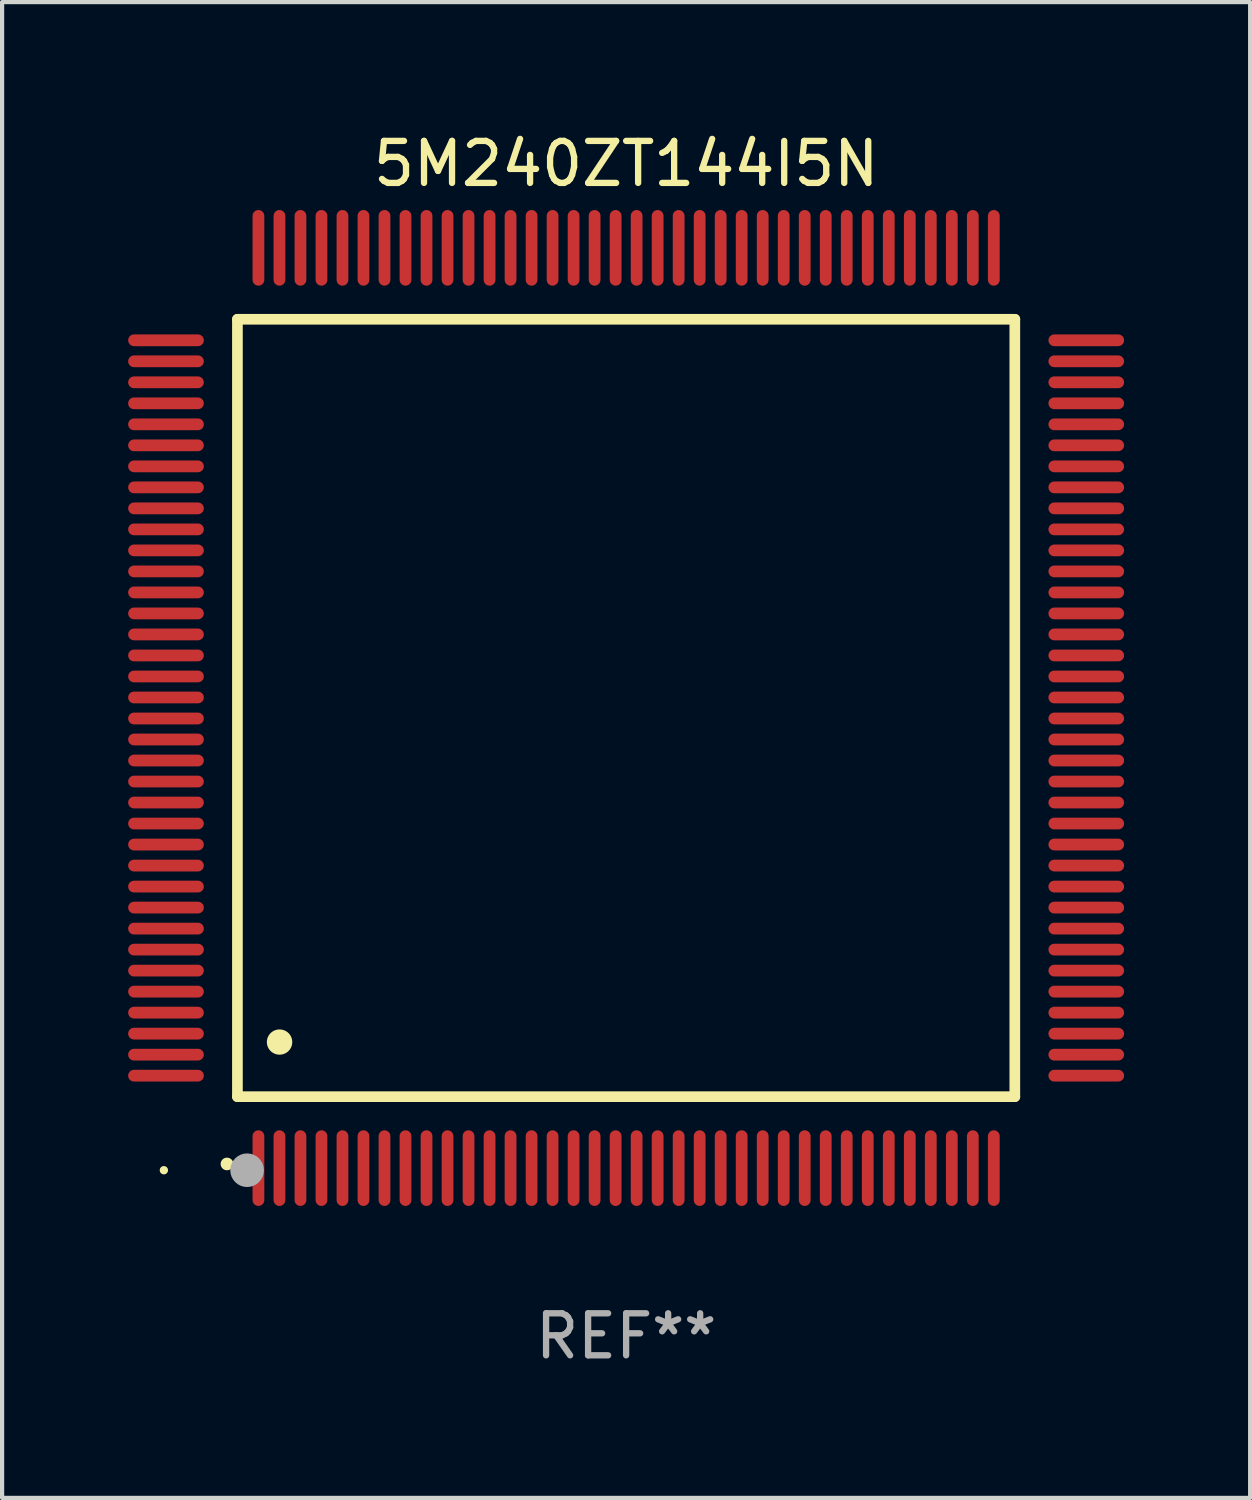
<source format=kicad_pcb>
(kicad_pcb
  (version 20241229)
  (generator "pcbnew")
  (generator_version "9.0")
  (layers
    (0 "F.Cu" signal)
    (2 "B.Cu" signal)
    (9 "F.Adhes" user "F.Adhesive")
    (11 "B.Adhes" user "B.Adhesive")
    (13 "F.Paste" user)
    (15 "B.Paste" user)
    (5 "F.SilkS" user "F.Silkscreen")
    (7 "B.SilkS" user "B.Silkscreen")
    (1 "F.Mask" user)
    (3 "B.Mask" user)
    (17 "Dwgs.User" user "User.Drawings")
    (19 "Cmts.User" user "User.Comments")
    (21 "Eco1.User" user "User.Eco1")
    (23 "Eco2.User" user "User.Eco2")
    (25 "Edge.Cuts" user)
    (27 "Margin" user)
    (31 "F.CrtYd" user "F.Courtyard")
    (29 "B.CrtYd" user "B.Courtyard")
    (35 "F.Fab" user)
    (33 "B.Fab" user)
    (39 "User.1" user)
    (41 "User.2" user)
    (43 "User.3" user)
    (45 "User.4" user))
  (footprint "5M240ZT144I5N"
    (layer "F.Cu")
    (at 11.85 13.798)
    (property "Reference" "5M240ZT144I5N" (at 0 -12.95 0) (layer "F.SilkS") (effects (font (size 1 1) (thickness 0.15))))
    (attr through_hole)
    (fp_line (start -9.25 -9.25) (end -9.25 9.25) (stroke (width 0.254) (type solid)) (layer "F.SilkS"))
    (fp_line (start -9.25 9.25) (end 9.25 9.25) (stroke (width 0.254) (type solid)) (layer "F.SilkS"))
    (fp_line (start 9.25 -9.25) (end -9.25 -9.25) (stroke (width 0.254) (type solid)) (layer "F.SilkS"))
    (fp_line (start 9.25 9.25) (end 9.25 -9.25) (stroke (width 0.254) (type solid)) (layer "F.SilkS"))
    (fp_arc (start -9.499619 10.850902) (mid -9.498349 10.850897) (end -9.497079 10.850902) (stroke (width 0.3) (type solid)) (layer "F.SilkS"))
    (fp_arc (start -8.249936 7.950216) (mid -8.247396 7.950205) (end -8.244856 7.950216) (stroke (width 0.6) (type solid)) (layer "F.SilkS"))
    (fp_circle (center -11 11) (end -10.95 11) (stroke (width 0.1) (type solid)) (fill no) (layer "F.SilkS"))
    (fp_circle (center -9.02 11) (end -8.82 11) (stroke (width 0.4) (type solid)) (fill no) (layer "F.Fab"))
    (fp_text user "REF**" (at 0 14.95 0) (layer "F.Fab") (effects (font (size 1 1) (thickness 0.15))))
    (pad "1" smd oval (at -8.75 10.95) (size 0.28 1.8) (layers "F.Cu" "F.Mask" "F.Paste"))
    (pad "2" smd oval (at -8.25 10.95) (size 0.28 1.8) (layers "F.Cu" "F.Mask" "F.Paste"))
    (pad "3" smd oval (at -7.75 10.95) (size 0.28 1.8) (layers "F.Cu" "F.Mask" "F.Paste"))
    (pad "4" smd oval (at -7.25 10.95) (size 0.28 1.8) (layers "F.Cu" "F.Mask" "F.Paste"))
    (pad "5" smd oval (at -6.75 10.95) (size 0.28 1.8) (layers "F.Cu" "F.Mask" "F.Paste"))
    (pad "6" smd oval (at -6.25 10.95) (size 0.28 1.8) (layers "F.Cu" "F.Mask" "F.Paste"))
    (pad "7" smd oval (at -5.75 10.95) (size 0.28 1.8) (layers "F.Cu" "F.Mask" "F.Paste"))
    (pad "8" smd oval (at -5.25 10.95) (size 0.28 1.8) (layers "F.Cu" "F.Mask" "F.Paste"))
    (pad "9" smd oval (at -4.75 10.95) (size 0.28 1.8) (layers "F.Cu" "F.Mask" "F.Paste"))
    (pad "10" smd oval (at -4.25 10.95) (size 0.28 1.8) (layers "F.Cu" "F.Mask" "F.Paste"))
    (pad "11" smd oval (at -3.75 10.95) (size 0.28 1.8) (layers "F.Cu" "F.Mask" "F.Paste"))
    (pad "12" smd oval (at -3.25 10.95) (size 0.28 1.8) (layers "F.Cu" "F.Mask" "F.Paste"))
    (pad "13" smd oval (at -2.75 10.95) (size 0.28 1.8) (layers "F.Cu" "F.Mask" "F.Paste"))
    (pad "14" smd oval (at -2.25 10.95) (size 0.28 1.8) (layers "F.Cu" "F.Mask" "F.Paste"))
    (pad "15" smd oval (at -1.75 10.95) (size 0.28 1.8) (layers "F.Cu" "F.Mask" "F.Paste"))
    (pad "16" smd oval (at -1.25 10.95) (size 0.28 1.8) (layers "F.Cu" "F.Mask" "F.Paste"))
    (pad "17" smd oval (at -0.75 10.95) (size 0.28 1.8) (layers "F.Cu" "F.Mask" "F.Paste"))
    (pad "18" smd oval (at -0.25 10.95) (size 0.28 1.8) (layers "F.Cu" "F.Mask" "F.Paste"))
    (pad "19" smd oval (at 0.25 10.95) (size 0.28 1.8) (layers "F.Cu" "F.Mask" "F.Paste"))
    (pad "20" smd oval (at 0.75 10.95) (size 0.28 1.8) (layers "F.Cu" "F.Mask" "F.Paste"))
    (pad "21" smd oval (at 1.25 10.95) (size 0.28 1.8) (layers "F.Cu" "F.Mask" "F.Paste"))
    (pad "22" smd oval (at 1.75 10.95) (size 0.28 1.8) (layers "F.Cu" "F.Mask" "F.Paste"))
    (pad "23" smd oval (at 2.25 10.95) (size 0.28 1.8) (layers "F.Cu" "F.Mask" "F.Paste"))
    (pad "24" smd oval (at 2.75 10.95) (size 0.28 1.8) (layers "F.Cu" "F.Mask" "F.Paste"))
    (pad "25" smd oval (at 3.25 10.95) (size 0.28 1.8) (layers "F.Cu" "F.Mask" "F.Paste"))
    (pad "26" smd oval (at 3.75 10.95) (size 0.28 1.8) (layers "F.Cu" "F.Mask" "F.Paste"))
    (pad "27" smd oval (at 4.25 10.95) (size 0.28 1.8) (layers "F.Cu" "F.Mask" "F.Paste"))
    (pad "28" smd oval (at 4.75 10.95) (size 0.28 1.8) (layers "F.Cu" "F.Mask" "F.Paste"))
    (pad "29" smd oval (at 5.25 10.95) (size 0.28 1.8) (layers "F.Cu" "F.Mask" "F.Paste"))
    (pad "30" smd oval (at 5.75 10.95) (size 0.28 1.8) (layers "F.Cu" "F.Mask" "F.Paste"))
    (pad "31" smd oval (at 6.25 10.95) (size 0.28 1.8) (layers "F.Cu" "F.Mask" "F.Paste"))
    (pad "32" smd oval (at 6.75 10.95) (size 0.28 1.8) (layers "F.Cu" "F.Mask" "F.Paste"))
    (pad "33" smd oval (at 7.25 10.95) (size 0.28 1.8) (layers "F.Cu" "F.Mask" "F.Paste"))
    (pad "34" smd oval (at 7.75 10.95) (size 0.28 1.8) (layers "F.Cu" "F.Mask" "F.Paste"))
    (pad "35" smd oval (at 8.25 10.95) (size 0.28 1.8) (layers "F.Cu" "F.Mask" "F.Paste"))
    (pad "36" smd oval (at 8.75 10.95) (size 0.28 1.8) (layers "F.Cu" "F.Mask" "F.Paste"))
    (pad "37" smd oval (at 10.95 8.75) (size 1.8 0.28) (layers "F.Cu" "F.Mask" "F.Paste"))
    (pad "38" smd oval (at 10.95 8.25) (size 1.8 0.28) (layers "F.Cu" "F.Mask" "F.Paste"))
    (pad "39" smd oval (at 10.95 7.75) (size 1.8 0.28) (layers "F.Cu" "F.Mask" "F.Paste"))
    (pad "40" smd oval (at 10.95 7.25) (size 1.8 0.28) (layers "F.Cu" "F.Mask" "F.Paste"))
    (pad "41" smd oval (at 10.95 6.75) (size 1.8 0.28) (layers "F.Cu" "F.Mask" "F.Paste"))
    (pad "42" smd oval (at 10.95 6.25) (size 1.8 0.28) (layers "F.Cu" "F.Mask" "F.Paste"))
    (pad "43" smd oval (at 10.95 5.75) (size 1.8 0.28) (layers "F.Cu" "F.Mask" "F.Paste"))
    (pad "44" smd oval (at 10.95 5.25) (size 1.8 0.28) (layers "F.Cu" "F.Mask" "F.Paste"))
    (pad "45" smd oval (at 10.95 4.75) (size 1.8 0.28) (layers "F.Cu" "F.Mask" "F.Paste"))
    (pad "46" smd oval (at 10.95 4.25) (size 1.8 0.28) (layers "F.Cu" "F.Mask" "F.Paste"))
    (pad "47" smd oval (at 10.95 3.75) (size 1.8 0.28) (layers "F.Cu" "F.Mask" "F.Paste"))
    (pad "48" smd oval (at 10.95 3.25) (size 1.8 0.28) (layers "F.Cu" "F.Mask" "F.Paste"))
    (pad "49" smd oval (at 10.95 2.75) (size 1.8 0.28) (layers "F.Cu" "F.Mask" "F.Paste"))
    (pad "50" smd oval (at 10.95 2.25) (size 1.8 0.28) (layers "F.Cu" "F.Mask" "F.Paste"))
    (pad "51" smd oval (at 10.95 1.75) (size 1.8 0.28) (layers "F.Cu" "F.Mask" "F.Paste"))
    (pad "52" smd oval (at 10.95 1.25) (size 1.8 0.28) (layers "F.Cu" "F.Mask" "F.Paste"))
    (pad "53" smd oval (at 10.95 0.75) (size 1.8 0.28) (layers "F.Cu" "F.Mask" "F.Paste"))
    (pad "54" smd oval (at 10.95 0.25) (size 1.8 0.28) (layers "F.Cu" "F.Mask" "F.Paste"))
    (pad "55" smd oval (at 10.95 -0.25) (size 1.8 0.28) (layers "F.Cu" "F.Mask" "F.Paste"))
    (pad "56" smd oval (at 10.95 -0.75) (size 1.8 0.28) (layers "F.Cu" "F.Mask" "F.Paste"))
    (pad "57" smd oval (at 10.95 -1.25) (size 1.8 0.28) (layers "F.Cu" "F.Mask" "F.Paste"))
    (pad "58" smd oval (at 10.95 -1.75) (size 1.8 0.28) (layers "F.Cu" "F.Mask" "F.Paste"))
    (pad "59" smd oval (at 10.95 -2.25) (size 1.8 0.28) (layers "F.Cu" "F.Mask" "F.Paste"))
    (pad "60" smd oval (at 10.95 -2.75) (size 1.8 0.28) (layers "F.Cu" "F.Mask" "F.Paste"))
    (pad "61" smd oval (at 10.95 -3.25) (size 1.8 0.28) (layers "F.Cu" "F.Mask" "F.Paste"))
    (pad "62" smd oval (at 10.95 -3.75) (size 1.8 0.28) (layers "F.Cu" "F.Mask" "F.Paste"))
    (pad "63" smd oval (at 10.95 -4.25) (size 1.8 0.28) (layers "F.Cu" "F.Mask" "F.Paste"))
    (pad "64" smd oval (at 10.95 -4.75) (size 1.8 0.28) (layers "F.Cu" "F.Mask" "F.Paste"))
    (pad "65" smd oval (at 10.95 -5.25) (size 1.8 0.28) (layers "F.Cu" "F.Mask" "F.Paste"))
    (pad "66" smd oval (at 10.95 -5.75) (size 1.8 0.28) (layers "F.Cu" "F.Mask" "F.Paste"))
    (pad "67" smd oval (at 10.95 -6.25) (size 1.8 0.28) (layers "F.Cu" "F.Mask" "F.Paste"))
    (pad "68" smd oval (at 10.95 -6.75) (size 1.8 0.28) (layers "F.Cu" "F.Mask" "F.Paste"))
    (pad "69" smd oval (at 10.95 -7.25) (size 1.8 0.28) (layers "F.Cu" "F.Mask" "F.Paste"))
    (pad "70" smd oval (at 10.95 -7.75) (size 1.8 0.28) (layers "F.Cu" "F.Mask" "F.Paste"))
    (pad "71" smd oval (at 10.95 -8.25) (size 1.8 0.28) (layers "F.Cu" "F.Mask" "F.Paste"))
    (pad "72" smd oval (at 10.95 -8.75) (size 1.8 0.28) (layers "F.Cu" "F.Mask" "F.Paste"))
    (pad "73" smd oval (at 8.75 -10.95) (size 0.28 1.8) (layers "F.Cu" "F.Mask" "F.Paste"))
    (pad "74" smd oval (at 8.25 -10.95) (size 0.28 1.8) (layers "F.Cu" "F.Mask" "F.Paste"))
    (pad "75" smd oval (at 7.75 -10.95) (size 0.28 1.8) (layers "F.Cu" "F.Mask" "F.Paste"))
    (pad "76" smd oval (at 7.25 -10.95) (size 0.28 1.8) (layers "F.Cu" "F.Mask" "F.Paste"))
    (pad "77" smd oval (at 6.75 -10.95) (size 0.28 1.8) (layers "F.Cu" "F.Mask" "F.Paste"))
    (pad "78" smd oval (at 6.25 -10.95) (size 0.28 1.8) (layers "F.Cu" "F.Mask" "F.Paste"))
    (pad "79" smd oval (at 5.75 -10.95) (size 0.28 1.8) (layers "F.Cu" "F.Mask" "F.Paste"))
    (pad "80" smd oval (at 5.25 -10.95) (size 0.28 1.8) (layers "F.Cu" "F.Mask" "F.Paste"))
    (pad "81" smd oval (at 4.75 -10.95) (size 0.28 1.8) (layers "F.Cu" "F.Mask" "F.Paste"))
    (pad "82" smd oval (at 4.25 -10.95) (size 0.28 1.8) (layers "F.Cu" "F.Mask" "F.Paste"))
    (pad "83" smd oval (at 3.75 -10.95) (size 0.28 1.8) (layers "F.Cu" "F.Mask" "F.Paste"))
    (pad "84" smd oval (at 3.25 -10.95) (size 0.28 1.8) (layers "F.Cu" "F.Mask" "F.Paste"))
    (pad "85" smd oval (at 2.75 -10.95) (size 0.28 1.8) (layers "F.Cu" "F.Mask" "F.Paste"))
    (pad "86" smd oval (at 2.25 -10.95) (size 0.28 1.8) (layers "F.Cu" "F.Mask" "F.Paste"))
    (pad "87" smd oval (at 1.75 -10.95) (size 0.28 1.8) (layers "F.Cu" "F.Mask" "F.Paste"))
    (pad "88" smd oval (at 1.25 -10.95) (size 0.28 1.8) (layers "F.Cu" "F.Mask" "F.Paste"))
    (pad "89" smd oval (at 0.75 -10.95) (size 0.28 1.8) (layers "F.Cu" "F.Mask" "F.Paste"))
    (pad "90" smd oval (at 0.25 -10.95) (size 0.28 1.8) (layers "F.Cu" "F.Mask" "F.Paste"))
    (pad "91" smd oval (at -0.25 -10.95) (size 0.28 1.8) (layers "F.Cu" "F.Mask" "F.Paste"))
    (pad "92" smd oval (at -0.75 -10.95) (size 0.28 1.8) (layers "F.Cu" "F.Mask" "F.Paste"))
    (pad "93" smd oval (at -1.25 -10.95) (size 0.28 1.8) (layers "F.Cu" "F.Mask" "F.Paste"))
    (pad "94" smd oval (at -1.75 -10.95) (size 0.28 1.8) (layers "F.Cu" "F.Mask" "F.Paste"))
    (pad "95" smd oval (at -2.25 -10.95) (size 0.28 1.8) (layers "F.Cu" "F.Mask" "F.Paste"))
    (pad "96" smd oval (at -2.75 -10.95) (size 0.28 1.8) (layers "F.Cu" "F.Mask" "F.Paste"))
    (pad "97" smd oval (at -3.25 -10.95) (size 0.28 1.8) (layers "F.Cu" "F.Mask" "F.Paste"))
    (pad "98" smd oval (at -3.75 -10.95) (size 0.28 1.8) (layers "F.Cu" "F.Mask" "F.Paste"))
    (pad "99" smd oval (at -4.25 -10.95) (size 0.28 1.8) (layers "F.Cu" "F.Mask" "F.Paste"))
    (pad "100" smd oval (at -4.75 -10.95) (size 0.28 1.8) (layers "F.Cu" "F.Mask" "F.Paste"))
    (pad "101" smd oval (at -5.25 -10.95) (size 0.28 1.8) (layers "F.Cu" "F.Mask" "F.Paste"))
    (pad "102" smd oval (at -5.75 -10.95) (size 0.28 1.8) (layers "F.Cu" "F.Mask" "F.Paste"))
    (pad "103" smd oval (at -6.25 -10.95) (size 0.28 1.8) (layers "F.Cu" "F.Mask" "F.Paste"))
    (pad "104" smd oval (at -6.75 -10.95) (size 0.28 1.8) (layers "F.Cu" "F.Mask" "F.Paste"))
    (pad "105" smd oval (at -7.25 -10.95) (size 0.28 1.8) (layers "F.Cu" "F.Mask" "F.Paste"))
    (pad "106" smd oval (at -7.75 -10.95) (size 0.28 1.8) (layers "F.Cu" "F.Mask" "F.Paste"))
    (pad "107" smd oval (at -8.25 -10.95) (size 0.28 1.8) (layers "F.Cu" "F.Mask" "F.Paste"))
    (pad "108" smd oval (at -8.75 -10.95) (size 0.28 1.8) (layers "F.Cu" "F.Mask" "F.Paste"))
    (pad "109" smd oval (at -10.95 -8.75) (size 1.8 0.28) (layers "F.Cu" "F.Mask" "F.Paste"))
    (pad "110" smd oval (at -10.95 -8.25) (size 1.8 0.28) (layers "F.Cu" "F.Mask" "F.Paste"))
    (pad "111" smd oval (at -10.95 -7.75) (size 1.8 0.28) (layers "F.Cu" "F.Mask" "F.Paste"))
    (pad "112" smd oval (at -10.95 -7.25) (size 1.8 0.28) (layers "F.Cu" "F.Mask" "F.Paste"))
    (pad "113" smd oval (at -10.95 -6.75) (size 1.8 0.28) (layers "F.Cu" "F.Mask" "F.Paste"))
    (pad "114" smd oval (at -10.95 -6.25) (size 1.8 0.28) (layers "F.Cu" "F.Mask" "F.Paste"))
    (pad "115" smd oval (at -10.95 -5.75) (size 1.8 0.28) (layers "F.Cu" "F.Mask" "F.Paste"))
    (pad "116" smd oval (at -10.95 -5.25) (size 1.8 0.28) (layers "F.Cu" "F.Mask" "F.Paste"))
    (pad "117" smd oval (at -10.95 -4.75) (size 1.8 0.28) (layers "F.Cu" "F.Mask" "F.Paste"))
    (pad "118" smd oval (at -10.95 -4.25) (size 1.8 0.28) (layers "F.Cu" "F.Mask" "F.Paste"))
    (pad "119" smd oval (at -10.95 -3.75) (size 1.8 0.28) (layers "F.Cu" "F.Mask" "F.Paste"))
    (pad "120" smd oval (at -10.95 -3.25) (size 1.8 0.28) (layers "F.Cu" "F.Mask" "F.Paste"))
    (pad "121" smd oval (at -10.95 -2.75) (size 1.8 0.28) (layers "F.Cu" "F.Mask" "F.Paste"))
    (pad "122" smd oval (at -10.95 -2.25) (size 1.8 0.28) (layers "F.Cu" "F.Mask" "F.Paste"))
    (pad "123" smd oval (at -10.95 -1.75) (size 1.8 0.28) (layers "F.Cu" "F.Mask" "F.Paste"))
    (pad "124" smd oval (at -10.95 -1.25) (size 1.8 0.28) (layers "F.Cu" "F.Mask" "F.Paste"))
    (pad "125" smd oval (at -10.95 -0.75) (size 1.8 0.28) (layers "F.Cu" "F.Mask" "F.Paste"))
    (pad "126" smd oval (at -10.95 -0.25) (size 1.8 0.28) (layers "F.Cu" "F.Mask" "F.Paste"))
    (pad "127" smd oval (at -10.95 0.25) (size 1.8 0.28) (layers "F.Cu" "F.Mask" "F.Paste"))
    (pad "128" smd oval (at -10.95 0.75) (size 1.8 0.28) (layers "F.Cu" "F.Mask" "F.Paste"))
    (pad "129" smd oval (at -10.95 1.25) (size 1.8 0.28) (layers "F.Cu" "F.Mask" "F.Paste"))
    (pad "130" smd oval (at -10.95 1.75) (size 1.8 0.28) (layers "F.Cu" "F.Mask" "F.Paste"))
    (pad "131" smd oval (at -10.95 2.25) (size 1.8 0.28) (layers "F.Cu" "F.Mask" "F.Paste"))
    (pad "132" smd oval (at -10.95 2.75) (size 1.8 0.28) (layers "F.Cu" "F.Mask" "F.Paste"))
    (pad "133" smd oval (at -10.95 3.25) (size 1.8 0.28) (layers "F.Cu" "F.Mask" "F.Paste"))
    (pad "134" smd oval (at -10.95 3.75) (size 1.8 0.28) (layers "F.Cu" "F.Mask" "F.Paste"))
    (pad "135" smd oval (at -10.95 4.25) (size 1.8 0.28) (layers "F.Cu" "F.Mask" "F.Paste"))
    (pad "136" smd oval (at -10.95 4.75) (size 1.8 0.28) (layers "F.Cu" "F.Mask" "F.Paste"))
    (pad "137" smd oval (at -10.95 5.25) (size 1.8 0.28) (layers "F.Cu" "F.Mask" "F.Paste"))
    (pad "138" smd oval (at -10.95 5.75) (size 1.8 0.28) (layers "F.Cu" "F.Mask" "F.Paste"))
    (pad "139" smd oval (at -10.95 6.25) (size 1.8 0.28) (layers "F.Cu" "F.Mask" "F.Paste"))
    (pad "140" smd oval (at -10.95 6.75) (size 1.8 0.28) (layers "F.Cu" "F.Mask" "F.Paste"))
    (pad "141" smd oval (at -10.95 7.25) (size 1.8 0.28) (layers "F.Cu" "F.Mask" "F.Paste"))
    (pad "142" smd oval (at -10.95 7.75) (size 1.8 0.28) (layers "F.Cu" "F.Mask" "F.Paste"))
    (pad "143" smd oval (at -10.95 8.25) (size 1.8 0.28) (layers "F.Cu" "F.Mask" "F.Paste"))
    (pad "144" smd oval (at -10.95 8.75) (size 1.8 0.28) (layers "F.Cu" "F.Mask" "F.Paste")))
  (gr_rect
    (start -3 -3)
    (end 26.7 32.596)
    (stroke (width 0.1) (type default))
    (fill no)
    (layer "Edge.Cuts")))
</source>
